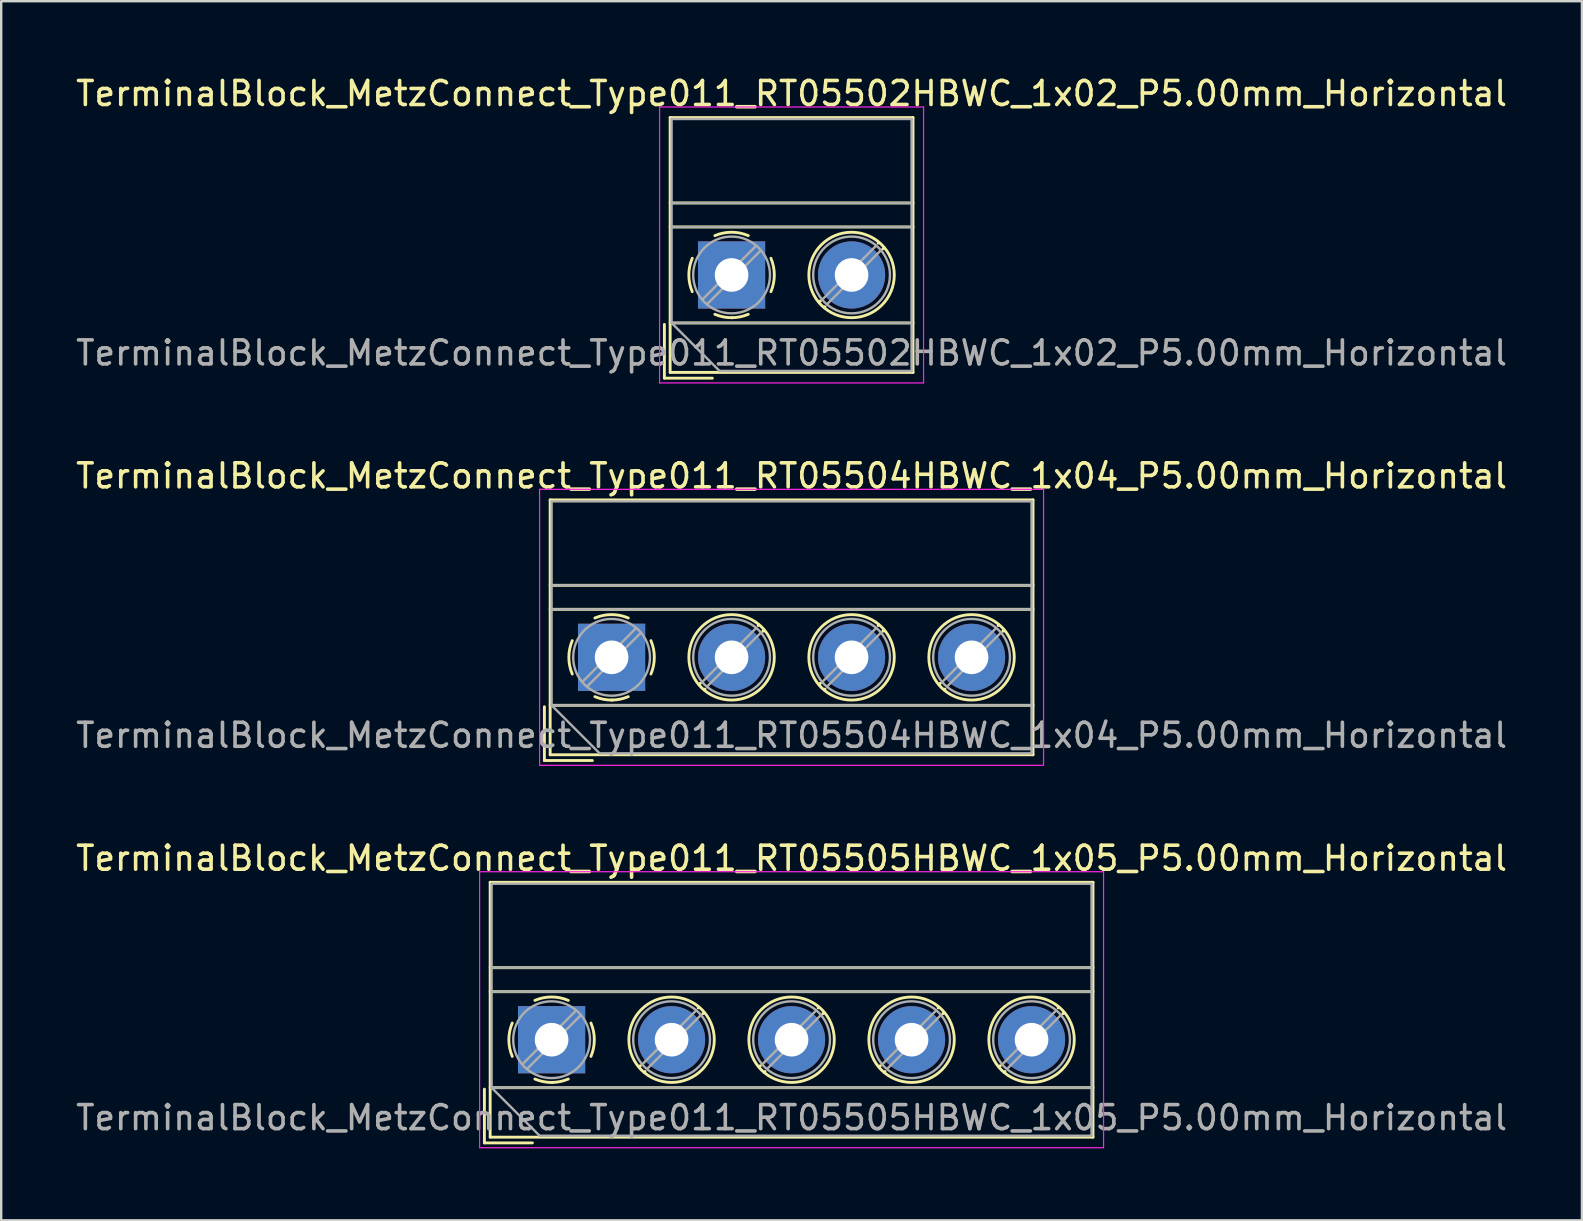
<source format=kicad_pcb>
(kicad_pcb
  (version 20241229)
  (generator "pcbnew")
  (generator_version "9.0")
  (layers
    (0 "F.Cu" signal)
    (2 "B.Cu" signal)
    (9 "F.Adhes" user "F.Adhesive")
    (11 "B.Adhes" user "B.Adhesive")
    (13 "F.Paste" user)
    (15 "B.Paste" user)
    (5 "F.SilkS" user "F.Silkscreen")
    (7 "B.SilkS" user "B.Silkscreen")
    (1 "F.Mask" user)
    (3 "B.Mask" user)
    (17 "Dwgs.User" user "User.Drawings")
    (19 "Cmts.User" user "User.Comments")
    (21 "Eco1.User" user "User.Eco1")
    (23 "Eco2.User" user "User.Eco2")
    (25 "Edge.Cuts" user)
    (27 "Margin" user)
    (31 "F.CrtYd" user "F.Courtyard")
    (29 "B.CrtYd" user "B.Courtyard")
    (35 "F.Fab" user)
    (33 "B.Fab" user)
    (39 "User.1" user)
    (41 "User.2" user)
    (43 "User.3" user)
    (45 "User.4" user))
  (footprint "TerminalBlock_MetzConnect_Type011_RT05504HBWC_1x04_P5.00mm_Horizontal"
    (layer "F.Cu")
    (at 22.435 24.341)
    (property "Reference" "TerminalBlock_MetzConnect_Type011_RT05504HBWC_1x04_P5.00mm_Horizontal" (at 7.5 -7.56 0) (layer "F.SilkS") (effects (font (size 1 1) (thickness 0.15))))
    (attr through_hole)
    (fp_line (start -2.8 2.06) (end -2.8 4.3) (stroke (width 0.12) (type solid)) (layer "F.SilkS"))
    (fp_line (start -2.8 4.3) (end -0.8 4.3) (stroke (width 0.12) (type solid)) (layer "F.SilkS"))
    (fp_line (start -2.56 -6.56) (end -2.56 4.06) (stroke (width 0.12) (type solid)) (layer "F.SilkS"))
    (fp_line (start -2.56 -6.56) (end 17.561 -6.56) (stroke (width 0.12) (type solid)) (layer "F.SilkS"))
    (fp_line (start -2.56 -3) (end 17.561 -3) (stroke (width 0.12) (type solid)) (layer "F.SilkS"))
    (fp_line (start -2.56 -2) (end 17.561 -2) (stroke (width 0.12) (type solid)) (layer "F.SilkS"))
    (fp_line (start -2.56 2) (end 17.561 2) (stroke (width 0.12) (type solid)) (layer "F.SilkS"))
    (fp_line (start -2.56 4.06) (end 17.561 4.06) (stroke (width 0.12) (type solid)) (layer "F.SilkS"))
    (fp_line (start 3.7 1.083) (end 3.65 1.133) (stroke (width 0.12) (type solid)) (layer "F.SilkS"))
    (fp_line (start 3.892 1.325) (end 3.868 1.35) (stroke (width 0.12) (type solid)) (layer "F.SilkS"))
    (fp_line (start 6.133 -1.35) (end 6.108 -1.326) (stroke (width 0.12) (type solid)) (layer "F.SilkS"))
    (fp_line (start 6.35 -1.133) (end 6.301 -1.083) (stroke (width 0.12) (type solid)) (layer "F.SilkS"))
    (fp_line (start 8.7 1.083) (end 8.65 1.133) (stroke (width 0.12) (type solid)) (layer "F.SilkS"))
    (fp_line (start 8.892 1.325) (end 8.868 1.35) (stroke (width 0.12) (type solid)) (layer "F.SilkS"))
    (fp_line (start 11.133 -1.35) (end 11.108 -1.326) (stroke (width 0.12) (type solid)) (layer "F.SilkS"))
    (fp_line (start 11.35 -1.133) (end 11.301 -1.083) (stroke (width 0.12) (type solid)) (layer "F.SilkS"))
    (fp_line (start 13.7 1.083) (end 13.65 1.133) (stroke (width 0.12) (type solid)) (layer "F.SilkS"))
    (fp_line (start 13.892 1.325) (end 13.868 1.35) (stroke (width 0.12) (type solid)) (layer "F.SilkS"))
    (fp_line (start 16.133 -1.35) (end 16.108 -1.326) (stroke (width 0.12) (type solid)) (layer "F.SilkS"))
    (fp_line (start 16.35 -1.133) (end 16.301 -1.083) (stroke (width 0.12) (type solid)) (layer "F.SilkS"))
    (fp_line (start 17.561 -6.56) (end 17.561 4.06) (stroke (width 0.12) (type solid)) (layer "F.SilkS"))
    (fp_arc (start -1.639206 0.695516) (mid -1.780657 -0.000263) (end -1.639 -0.696) (stroke (width 0.12) (type solid)) (layer "F.SilkS"))
    (fp_arc (start -0.695516 -1.639206) (mid 0.000263 -1.780657) (end 0.696 -1.639) (stroke (width 0.12) (type solid)) (layer "F.SilkS"))
    (fp_arc (start 0.030814 1.78039) (mid -0.340023 1.747891) (end -0.696 1.639) (stroke (width 0.12) (type solid)) (layer "F.SilkS"))
    (fp_arc (start 0.695501 1.638499) (mid 0.354875 1.744266) (end 0 1.78) (stroke (width 0.12) (type solid)) (layer "F.SilkS"))
    (fp_arc (start 1.639206 -0.695516) (mid 1.780657 0.000263) (end 1.639 0.696) (stroke (width 0.12) (type solid)) (layer "F.SilkS"))
    (fp_circle (center 5 0) (end 6.78 0) (stroke (width 0.12) (type solid)) (fill no) (layer "F.SilkS"))
    (fp_circle (center 10 0) (end 11.78 0) (stroke (width 0.12) (type solid)) (fill no) (layer "F.SilkS"))
    (fp_circle (center 15 0) (end 16.78 0) (stroke (width 0.12) (type solid)) (fill no) (layer "F.SilkS"))
    (fp_line (start -3 -7) (end -3 4.5) (stroke (width 0.05) (type solid)) (layer "F.CrtYd"))
    (fp_line (start -3 4.5) (end 18 4.5) (stroke (width 0.05) (type solid)) (layer "F.CrtYd"))
    (fp_line (start 18 -7) (end -3 -7) (stroke (width 0.05) (type solid)) (layer "F.CrtYd"))
    (fp_line (start 18 4.5) (end 18 -7) (stroke (width 0.05) (type solid)) (layer "F.CrtYd"))
    (fp_line (start -2.5 -6.5) (end 17.5 -6.5) (stroke (width 0.1) (type solid)) (layer "F.Fab"))
    (fp_line (start -2.5 -3) (end 17.5 -3) (stroke (width 0.1) (type solid)) (layer "F.Fab"))
    (fp_line (start -2.5 -2) (end 17.5 -2) (stroke (width 0.1) (type solid)) (layer "F.Fab"))
    (fp_line (start -2.5 2) (end -2.5 -6.5) (stroke (width 0.1) (type solid)) (layer "F.Fab"))
    (fp_line (start -2.5 2) (end 17.5 2) (stroke (width 0.1) (type solid)) (layer "F.Fab"))
    (fp_line (start -0.5 4) (end -2.5 2) (stroke (width 0.1) (type solid)) (layer "F.Fab"))
    (fp_line (start 1.019 -1.214) (end -1.214 1.018) (stroke (width 0.1) (type solid)) (layer "F.Fab"))
    (fp_line (start 1.214 -1.019) (end -1.019 1.214) (stroke (width 0.1) (type solid)) (layer "F.Fab"))
    (fp_line (start 6.019 -1.214) (end 3.787 1.018) (stroke (width 0.1) (type solid)) (layer "F.Fab"))
    (fp_line (start 6.214 -1.019) (end 3.982 1.214) (stroke (width 0.1) (type solid)) (layer "F.Fab"))
    (fp_line (start 11.019 -1.214) (end 8.787 1.018) (stroke (width 0.1) (type solid)) (layer "F.Fab"))
    (fp_line (start 11.214 -1.019) (end 8.982 1.214) (stroke (width 0.1) (type solid)) (layer "F.Fab"))
    (fp_line (start 16.019 -1.214) (end 13.787 1.018) (stroke (width 0.1) (type solid)) (layer "F.Fab"))
    (fp_line (start 16.214 -1.019) (end 13.982 1.214) (stroke (width 0.1) (type solid)) (layer "F.Fab"))
    (fp_line (start 17.5 -6.5) (end 17.5 4) (stroke (width 0.1) (type solid)) (layer "F.Fab"))
    (fp_line (start 17.5 4) (end -0.5 4) (stroke (width 0.1) (type solid)) (layer "F.Fab"))
    (fp_circle (center 0 0) (end 1.6 0) (stroke (width 0.1) (type solid)) (fill no) (layer "F.Fab"))
    (fp_circle (center 5 0) (end 6.6 0) (stroke (width 0.1) (type solid)) (fill no) (layer "F.Fab"))
    (fp_circle (center 10 0) (end 11.6 0) (stroke (width 0.1) (type solid)) (fill no) (layer "F.Fab"))
    (fp_circle (center 15 0) (end 16.6 0) (stroke (width 0.1) (type solid)) (fill no) (layer "F.Fab"))
    (fp_text user "${REFERENCE}" (at 7.5 3.25 0) (layer "F.Fab") (effects (font (size 1 1) (thickness 0.15))))
    (pad "1" thru_hole rect (at 0 0) (size 2.8 2.8) (drill 1.4) (layers "*.Cu" "*.Mask"))
    (pad "2" thru_hole circle (at 5 0) (size 2.8 2.8) (drill 1.4) (layers "*.Cu" "*.Mask"))
    (pad "3" thru_hole circle (at 10 0) (size 2.8 2.8) (drill 1.4) (layers "*.Cu" "*.Mask"))
    (pad "4" thru_hole circle (at 15 0) (size 2.8 2.8) (drill 1.4) (layers "*.Cu" "*.Mask")))
  (footprint "TerminalBlock_MetzConnect_Type011_RT05505HBWC_1x05_P5.00mm_Horizontal"
    (layer "F.Cu")
    (at 19.935 40.275)
    (property "Reference" "TerminalBlock_MetzConnect_Type011_RT05505HBWC_1x05_P5.00mm_Horizontal" (at 10 -7.56 0) (layer "F.SilkS") (effects (font (size 1 1) (thickness 0.15))))
    (attr through_hole)
    (fp_line (start -2.8 2.06) (end -2.8 4.3) (stroke (width 0.12) (type solid)) (layer "F.SilkS"))
    (fp_line (start -2.8 4.3) (end -0.8 4.3) (stroke (width 0.12) (type solid)) (layer "F.SilkS"))
    (fp_line (start -2.56 -6.56) (end -2.56 4.06) (stroke (width 0.12) (type solid)) (layer "F.SilkS"))
    (fp_line (start -2.56 -6.56) (end 22.56 -6.56) (stroke (width 0.12) (type solid)) (layer "F.SilkS"))
    (fp_line (start -2.56 -3) (end 22.56 -3) (stroke (width 0.12) (type solid)) (layer "F.SilkS"))
    (fp_line (start -2.56 -2) (end 22.56 -2) (stroke (width 0.12) (type solid)) (layer "F.SilkS"))
    (fp_line (start -2.56 2) (end 22.56 2) (stroke (width 0.12) (type solid)) (layer "F.SilkS"))
    (fp_line (start -2.56 4.06) (end 22.56 4.06) (stroke (width 0.12) (type solid)) (layer "F.SilkS"))
    (fp_line (start 3.7 1.083) (end 3.65 1.133) (stroke (width 0.12) (type solid)) (layer "F.SilkS"))
    (fp_line (start 3.892 1.325) (end 3.868 1.35) (stroke (width 0.12) (type solid)) (layer "F.SilkS"))
    (fp_line (start 6.133 -1.35) (end 6.108 -1.326) (stroke (width 0.12) (type solid)) (layer "F.SilkS"))
    (fp_line (start 6.35 -1.133) (end 6.301 -1.083) (stroke (width 0.12) (type solid)) (layer "F.SilkS"))
    (fp_line (start 8.7 1.083) (end 8.65 1.133) (stroke (width 0.12) (type solid)) (layer "F.SilkS"))
    (fp_line (start 8.892 1.325) (end 8.868 1.35) (stroke (width 0.12) (type solid)) (layer "F.SilkS"))
    (fp_line (start 11.133 -1.35) (end 11.108 -1.326) (stroke (width 0.12) (type solid)) (layer "F.SilkS"))
    (fp_line (start 11.35 -1.133) (end 11.301 -1.083) (stroke (width 0.12) (type solid)) (layer "F.SilkS"))
    (fp_line (start 13.7 1.083) (end 13.65 1.133) (stroke (width 0.12) (type solid)) (layer "F.SilkS"))
    (fp_line (start 13.892 1.325) (end 13.868 1.35) (stroke (width 0.12) (type solid)) (layer "F.SilkS"))
    (fp_line (start 16.133 -1.35) (end 16.108 -1.326) (stroke (width 0.12) (type solid)) (layer "F.SilkS"))
    (fp_line (start 16.35 -1.133) (end 16.301 -1.083) (stroke (width 0.12) (type solid)) (layer "F.SilkS"))
    (fp_line (start 18.7 1.083) (end 18.65 1.133) (stroke (width 0.12) (type solid)) (layer "F.SilkS"))
    (fp_line (start 18.892 1.325) (end 18.868 1.35) (stroke (width 0.12) (type solid)) (layer "F.SilkS"))
    (fp_line (start 21.133 -1.35) (end 21.108 -1.326) (stroke (width 0.12) (type solid)) (layer "F.SilkS"))
    (fp_line (start 21.35 -1.133) (end 21.301 -1.083) (stroke (width 0.12) (type solid)) (layer "F.SilkS"))
    (fp_line (start 22.56 -6.56) (end 22.56 4.06) (stroke (width 0.12) (type solid)) (layer "F.SilkS"))
    (fp_arc (start -1.639206 0.695516) (mid -1.780657 -0.000263) (end -1.639 -0.696) (stroke (width 0.12) (type solid)) (layer "F.SilkS"))
    (fp_arc (start -0.695516 -1.639206) (mid 0.000263 -1.780657) (end 0.696 -1.639) (stroke (width 0.12) (type solid)) (layer "F.SilkS"))
    (fp_arc (start 0.030814 1.78039) (mid -0.340023 1.747891) (end -0.696 1.639) (stroke (width 0.12) (type solid)) (layer "F.SilkS"))
    (fp_arc (start 0.695501 1.638499) (mid 0.354875 1.744266) (end 0 1.78) (stroke (width 0.12) (type solid)) (layer "F.SilkS"))
    (fp_arc (start 1.639206 -0.695516) (mid 1.780657 0.000263) (end 1.639 0.696) (stroke (width 0.12) (type solid)) (layer "F.SilkS"))
    (fp_circle (center 5 0) (end 6.78 0) (stroke (width 0.12) (type solid)) (fill no) (layer "F.SilkS"))
    (fp_circle (center 10 0) (end 11.78 0) (stroke (width 0.12) (type solid)) (fill no) (layer "F.SilkS"))
    (fp_circle (center 15 0) (end 16.78 0) (stroke (width 0.12) (type solid)) (fill no) (layer "F.SilkS"))
    (fp_circle (center 20 0) (end 21.78 0) (stroke (width 0.12) (type solid)) (fill no) (layer "F.SilkS"))
    (fp_line (start -3 -7) (end -3 4.5) (stroke (width 0.05) (type solid)) (layer "F.CrtYd"))
    (fp_line (start -3 4.5) (end 23 4.5) (stroke (width 0.05) (type solid)) (layer "F.CrtYd"))
    (fp_line (start 23 -7) (end -3 -7) (stroke (width 0.05) (type solid)) (layer "F.CrtYd"))
    (fp_line (start 23 4.5) (end 23 -7) (stroke (width 0.05) (type solid)) (layer "F.CrtYd"))
    (fp_line (start -2.5 -6.5) (end 22.5 -6.5) (stroke (width 0.1) (type solid)) (layer "F.Fab"))
    (fp_line (start -2.5 -3) (end 22.5 -3) (stroke (width 0.1) (type solid)) (layer "F.Fab"))
    (fp_line (start -2.5 -2) (end 22.5 -2) (stroke (width 0.1) (type solid)) (layer "F.Fab"))
    (fp_line (start -2.5 2) (end -2.5 -6.5) (stroke (width 0.1) (type solid)) (layer "F.Fab"))
    (fp_line (start -2.5 2) (end 22.5 2) (stroke (width 0.1) (type solid)) (layer "F.Fab"))
    (fp_line (start -0.5 4) (end -2.5 2) (stroke (width 0.1) (type solid)) (layer "F.Fab"))
    (fp_line (start 1.019 -1.214) (end -1.214 1.018) (stroke (width 0.1) (type solid)) (layer "F.Fab"))
    (fp_line (start 1.214 -1.019) (end -1.019 1.214) (stroke (width 0.1) (type solid)) (layer "F.Fab"))
    (fp_line (start 6.019 -1.214) (end 3.787 1.018) (stroke (width 0.1) (type solid)) (layer "F.Fab"))
    (fp_line (start 6.214 -1.019) (end 3.982 1.214) (stroke (width 0.1) (type solid)) (layer "F.Fab"))
    (fp_line (start 11.019 -1.214) (end 8.787 1.018) (stroke (width 0.1) (type solid)) (layer "F.Fab"))
    (fp_line (start 11.214 -1.019) (end 8.982 1.214) (stroke (width 0.1) (type solid)) (layer "F.Fab"))
    (fp_line (start 16.019 -1.214) (end 13.787 1.018) (stroke (width 0.1) (type solid)) (layer "F.Fab"))
    (fp_line (start 16.214 -1.019) (end 13.982 1.214) (stroke (width 0.1) (type solid)) (layer "F.Fab"))
    (fp_line (start 21.019 -1.214) (end 18.787 1.018) (stroke (width 0.1) (type solid)) (layer "F.Fab"))
    (fp_line (start 21.214 -1.019) (end 18.982 1.214) (stroke (width 0.1) (type solid)) (layer "F.Fab"))
    (fp_line (start 22.5 -6.5) (end 22.5 4) (stroke (width 0.1) (type solid)) (layer "F.Fab"))
    (fp_line (start 22.5 4) (end -0.5 4) (stroke (width 0.1) (type solid)) (layer "F.Fab"))
    (fp_circle (center 0 0) (end 1.6 0) (stroke (width 0.1) (type solid)) (fill no) (layer "F.Fab"))
    (fp_circle (center 5 0) (end 6.6 0) (stroke (width 0.1) (type solid)) (fill no) (layer "F.Fab"))
    (fp_circle (center 10 0) (end 11.6 0) (stroke (width 0.1) (type solid)) (fill no) (layer "F.Fab"))
    (fp_circle (center 15 0) (end 16.6 0) (stroke (width 0.1) (type solid)) (fill no) (layer "F.Fab"))
    (fp_circle (center 20 0) (end 21.6 0) (stroke (width 0.1) (type solid)) (fill no) (layer "F.Fab"))
    (fp_text user "${REFERENCE}" (at 10 3.25 0) (layer "F.Fab") (effects (font (size 1 1) (thickness 0.15))))
    (pad "1" thru_hole rect (at 0 0) (size 2.8 2.8) (drill 1.4) (layers "*.Cu" "*.Mask"))
    (pad "2" thru_hole circle (at 5 0) (size 2.8 2.8) (drill 1.4) (layers "*.Cu" "*.Mask"))
    (pad "3" thru_hole circle (at 10 0) (size 2.8 2.8) (drill 1.4) (layers "*.Cu" "*.Mask"))
    (pad "4" thru_hole circle (at 15 0) (size 2.8 2.8) (drill 1.4) (layers "*.Cu" "*.Mask"))
    (pad "5" thru_hole circle (at 20 0) (size 2.8 2.8) (drill 1.4) (layers "*.Cu" "*.Mask")))
  (footprint "TerminalBlock_MetzConnect_Type011_RT05502HBWC_1x02_P5.00mm_Horizontal"
    (layer "F.Cu")
    (at 27.435 8.408)
    (property "Reference" "TerminalBlock_MetzConnect_Type011_RT05502HBWC_1x02_P5.00mm_Horizontal" (at 2.5 -7.56 0) (layer "F.SilkS") (effects (font (size 1 1) (thickness 0.15))))
    (attr through_hole)
    (fp_line (start -2.8 2.06) (end -2.8 4.3) (stroke (width 0.12) (type solid)) (layer "F.SilkS"))
    (fp_line (start -2.8 4.3) (end -0.8 4.3) (stroke (width 0.12) (type solid)) (layer "F.SilkS"))
    (fp_line (start -2.56 -6.56) (end -2.56 4.06) (stroke (width 0.12) (type solid)) (layer "F.SilkS"))
    (fp_line (start -2.56 -6.56) (end 7.56 -6.56) (stroke (width 0.12) (type solid)) (layer "F.SilkS"))
    (fp_line (start -2.56 -3) (end 7.56 -3) (stroke (width 0.12) (type solid)) (layer "F.SilkS"))
    (fp_line (start -2.56 -2) (end 7.56 -2) (stroke (width 0.12) (type solid)) (layer "F.SilkS"))
    (fp_line (start -2.56 2) (end 7.56 2) (stroke (width 0.12) (type solid)) (layer "F.SilkS"))
    (fp_line (start -2.56 4.06) (end 7.56 4.06) (stroke (width 0.12) (type solid)) (layer "F.SilkS"))
    (fp_line (start 3.7 1.083) (end 3.65 1.133) (stroke (width 0.12) (type solid)) (layer "F.SilkS"))
    (fp_line (start 3.892 1.325) (end 3.868 1.35) (stroke (width 0.12) (type solid)) (layer "F.SilkS"))
    (fp_line (start 6.133 -1.35) (end 6.108 -1.326) (stroke (width 0.12) (type solid)) (layer "F.SilkS"))
    (fp_line (start 6.35 -1.133) (end 6.301 -1.083) (stroke (width 0.12) (type solid)) (layer "F.SilkS"))
    (fp_line (start 7.56 -6.56) (end 7.56 4.06) (stroke (width 0.12) (type solid)) (layer "F.SilkS"))
    (fp_arc (start -1.639206 0.695516) (mid -1.780657 -0.000263) (end -1.639 -0.696) (stroke (width 0.12) (type solid)) (layer "F.SilkS"))
    (fp_arc (start -0.695516 -1.639206) (mid 0.000263 -1.780657) (end 0.696 -1.639) (stroke (width 0.12) (type solid)) (layer "F.SilkS"))
    (fp_arc (start 0.030814 1.78039) (mid -0.340023 1.747891) (end -0.696 1.639) (stroke (width 0.12) (type solid)) (layer "F.SilkS"))
    (fp_arc (start 0.695501 1.638499) (mid 0.354875 1.744266) (end 0 1.78) (stroke (width 0.12) (type solid)) (layer "F.SilkS"))
    (fp_arc (start 1.639206 -0.695516) (mid 1.780657 0.000263) (end 1.639 0.696) (stroke (width 0.12) (type solid)) (layer "F.SilkS"))
    (fp_circle (center 5 0) (end 6.78 0) (stroke (width 0.12) (type solid)) (fill no) (layer "F.SilkS"))
    (fp_line (start -3 -7) (end -3 4.5) (stroke (width 0.05) (type solid)) (layer "F.CrtYd"))
    (fp_line (start -3 4.5) (end 8 4.5) (stroke (width 0.05) (type solid)) (layer "F.CrtYd"))
    (fp_line (start 8 -7) (end -3 -7) (stroke (width 0.05) (type solid)) (layer "F.CrtYd"))
    (fp_line (start 8 4.5) (end 8 -7) (stroke (width 0.05) (type solid)) (layer "F.CrtYd"))
    (fp_line (start -2.5 -6.5) (end 7.5 -6.5) (stroke (width 0.1) (type solid)) (layer "F.Fab"))
    (fp_line (start -2.5 -3) (end 7.5 -3) (stroke (width 0.1) (type solid)) (layer "F.Fab"))
    (fp_line (start -2.5 -2) (end 7.5 -2) (stroke (width 0.1) (type solid)) (layer "F.Fab"))
    (fp_line (start -2.5 2) (end -2.5 -6.5) (stroke (width 0.1) (type solid)) (layer "F.Fab"))
    (fp_line (start -2.5 2) (end 7.5 2) (stroke (width 0.1) (type solid)) (layer "F.Fab"))
    (fp_line (start -0.5 4) (end -2.5 2) (stroke (width 0.1) (type solid)) (layer "F.Fab"))
    (fp_line (start 1.019 -1.214) (end -1.214 1.018) (stroke (width 0.1) (type solid)) (layer "F.Fab"))
    (fp_line (start 1.214 -1.019) (end -1.019 1.214) (stroke (width 0.1) (type solid)) (layer "F.Fab"))
    (fp_line (start 6.019 -1.214) (end 3.787 1.018) (stroke (width 0.1) (type solid)) (layer "F.Fab"))
    (fp_line (start 6.214 -1.019) (end 3.982 1.214) (stroke (width 0.1) (type solid)) (layer "F.Fab"))
    (fp_line (start 7.5 -6.5) (end 7.5 4) (stroke (width 0.1) (type solid)) (layer "F.Fab"))
    (fp_line (start 7.5 4) (end -0.5 4) (stroke (width 0.1) (type solid)) (layer "F.Fab"))
    (fp_circle (center 0 0) (end 1.6 0) (stroke (width 0.1) (type solid)) (fill no) (layer "F.Fab"))
    (fp_circle (center 5 0) (end 6.6 0) (stroke (width 0.1) (type solid)) (fill no) (layer "F.Fab"))
    (fp_text user "${REFERENCE}" (at 2.5 3.25 0) (layer "F.Fab") (effects (font (size 1 1) (thickness 0.15))))
    (pad "1" thru_hole rect (at 0 0) (size 2.8 2.8) (drill 1.4) (layers "*.Cu" "*.Mask"))
    (pad "2" thru_hole circle (at 5 0) (size 2.8 2.8) (drill 1.4) (layers "*.Cu" "*.Mask")))
  (gr_rect
    (start -3 -3)
    (end 62.869 47.8)
    (stroke (width 0.1) (type default))
    (fill no)
    (layer "Edge.Cuts")))
</source>
